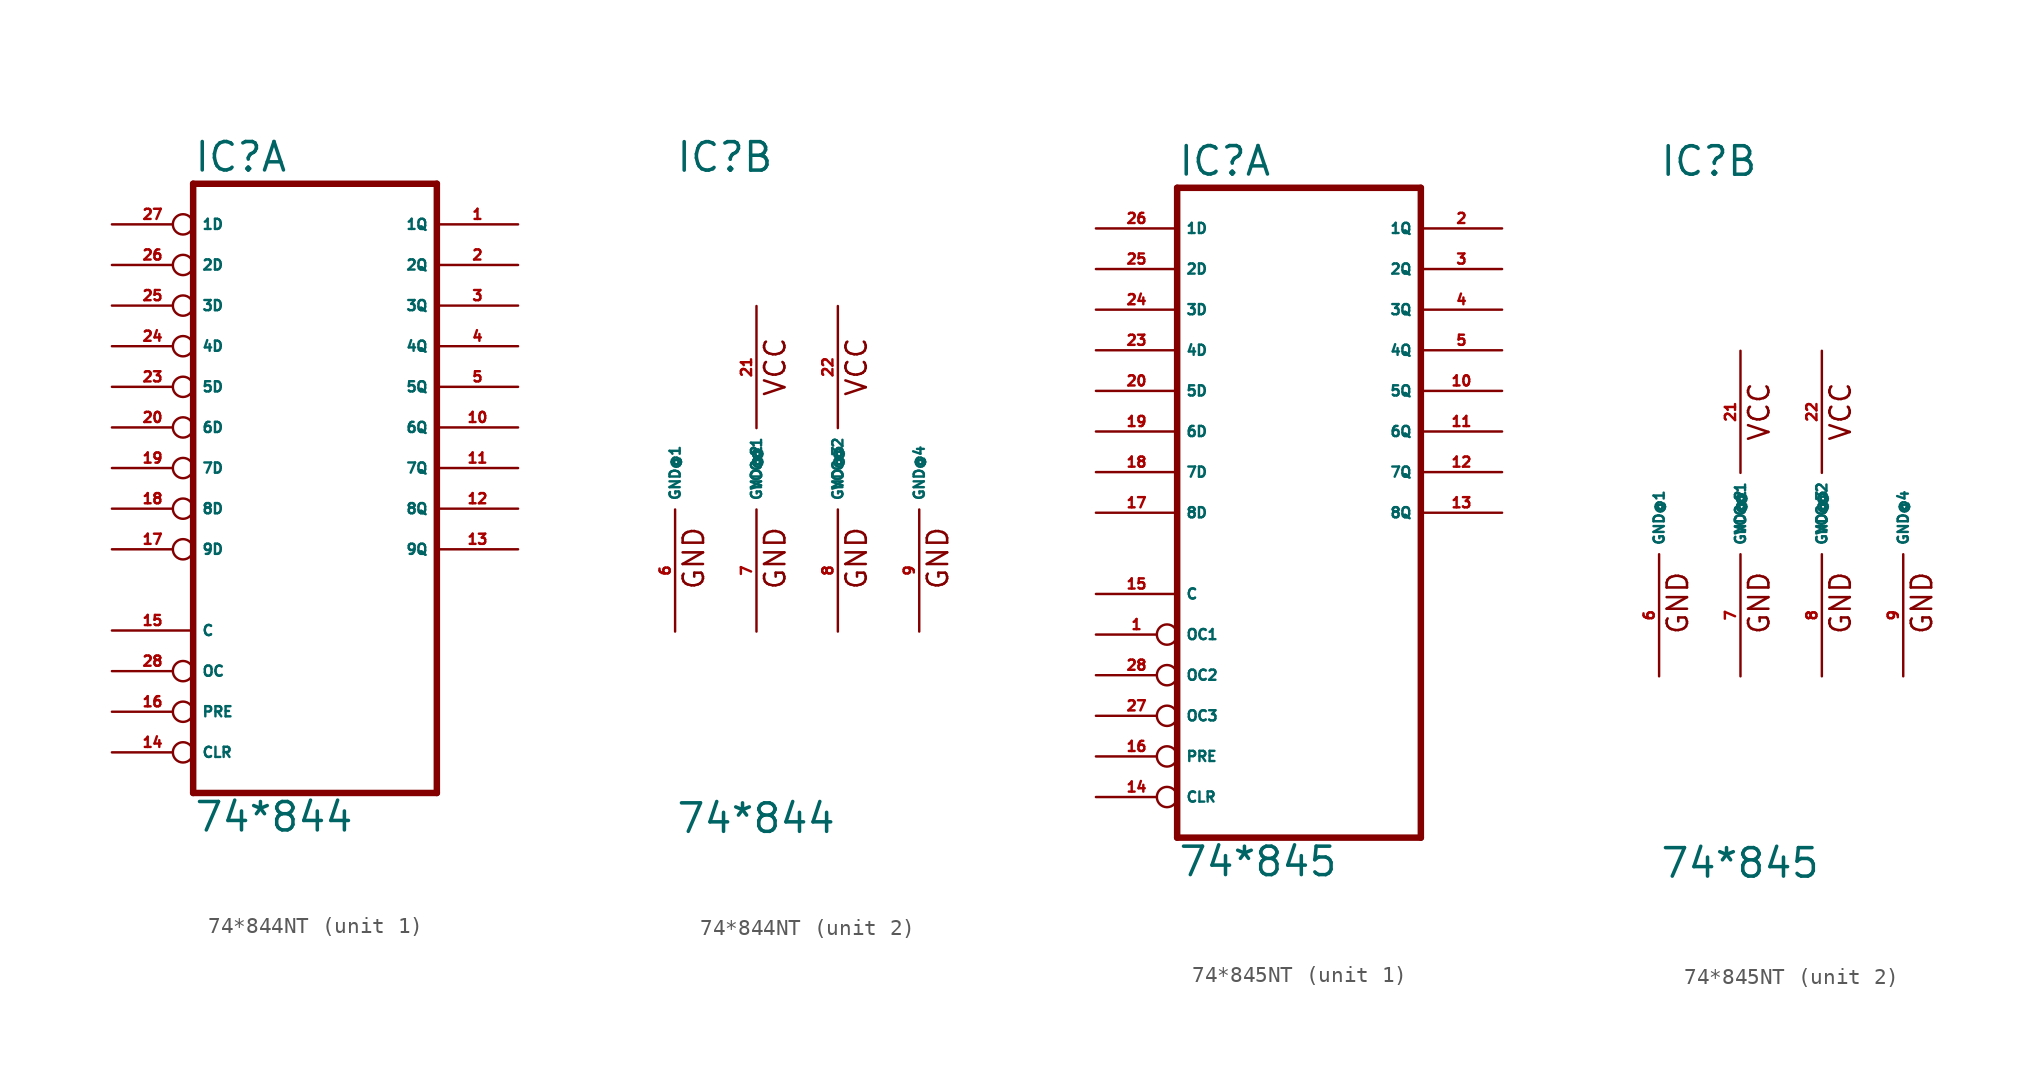
<source format=kicad_sym>
(kicad_symbol_lib
  (version 20220914)
  (generator Eagle2Kicad)
  (symbol "74*844NT"
    (property "Reference" "IC"
      (at -7.62 18.415 0)
      (effects (font (size 1.778 1.778) (thickness 0.22)) (justify left bottom)))
    (property "Value" "74*844"
      (at -7.62 -22.86 0)
      (effects (font (size 1.778 1.778) (thickness 0.22)) (justify left bottom)))
    (symbol "74*844NT_1_0"
      (polyline (pts (xy -7.62 -20.32) (xy 7.62 -20.32)) (stroke (width 0.406) (type default)) (fill (type none)))
      (polyline (pts (xy 7.62 -20.32) (xy 7.62 17.78)) (stroke (width 0.406) (type default)) (fill (type none)))
      (polyline (pts (xy 7.62 17.78) (xy -7.62 17.78)) (stroke (width 0.406) (type default)) (fill (type none)))
      (polyline (pts (xy -7.62 17.78) (xy -7.62 -20.32)) (stroke (width 0.406) (type default)) (fill (type none)))
      (pin input inverted (at -12.7 -12.7 0) (length 5.08) (name "OC" (effects (font (size 0.635 0.635) (thickness 0.08)) (justify left bottom))) (number "28" (effects (font (size 0.635 0.635) (thickness 0.08)) (justify left bottom))))
      (pin input inverted (at -12.7 15.24 0) (length 5.08) (name "1D" (effects (font (size 0.635 0.635) (thickness 0.08)) (justify left bottom))) (number "27" (effects (font (size 0.635 0.635) (thickness 0.08)) (justify left bottom))))
      (pin input inverted (at -12.7 12.7 0) (length 5.08) (name "2D" (effects (font (size 0.635 0.635) (thickness 0.08)) (justify left bottom))) (number "26" (effects (font (size 0.635 0.635) (thickness 0.08)) (justify left bottom))))
      (pin input inverted (at -12.7 10.16 0) (length 5.08) (name "3D" (effects (font (size 0.635 0.635) (thickness 0.08)) (justify left bottom))) (number "25" (effects (font (size 0.635 0.635) (thickness 0.08)) (justify left bottom))))
      (pin input inverted (at -12.7 7.62 0) (length 5.08) (name "4D" (effects (font (size 0.635 0.635) (thickness 0.08)) (justify left bottom))) (number "24" (effects (font (size 0.635 0.635) (thickness 0.08)) (justify left bottom))))
      (pin input inverted (at -12.7 5.08 0) (length 5.08) (name "5D" (effects (font (size 0.635 0.635) (thickness 0.08)) (justify left bottom))) (number "23" (effects (font (size 0.635 0.635) (thickness 0.08)) (justify left bottom))))
      (pin input inverted (at -12.7 2.54 0) (length 5.08) (name "6D" (effects (font (size 0.635 0.635) (thickness 0.08)) (justify left bottom))) (number "20" (effects (font (size 0.635 0.635) (thickness 0.08)) (justify left bottom))))
      (pin input inverted (at -12.7 0 0) (length 5.08) (name "7D" (effects (font (size 0.635 0.635) (thickness 0.08)) (justify left bottom))) (number "19" (effects (font (size 0.635 0.635) (thickness 0.08)) (justify left bottom))))
      (pin input inverted (at -12.7 -2.54 0) (length 5.08) (name "8D" (effects (font (size 0.635 0.635) (thickness 0.08)) (justify left bottom))) (number "18" (effects (font (size 0.635 0.635) (thickness 0.08)) (justify left bottom))))
      (pin input inverted (at -12.7 -5.08 0) (length 5.08) (name "9D" (effects (font (size 0.635 0.635) (thickness 0.08)) (justify left bottom))) (number "17" (effects (font (size 0.635 0.635) (thickness 0.08)) (justify left bottom))))
      (pin input inverted (at -12.7 -17.78 0) (length 5.08) (name "CLR" (effects (font (size 0.635 0.635) (thickness 0.08)) (justify left bottom))) (number "14" (effects (font (size 0.635 0.635) (thickness 0.08)) (justify left bottom))))
      (pin input line (at -12.7 -10.16 0) (length 5.08) (name "C" (effects (font (size 0.635 0.635) (thickness 0.08)) (justify left bottom))) (number "15" (effects (font (size 0.635 0.635) (thickness 0.08)) (justify left bottom))))
      (pin input inverted (at -12.7 -15.24 0) (length 5.08) (name "PRE" (effects (font (size 0.635 0.635) (thickness 0.08)) (justify left bottom))) (number "16" (effects (font (size 0.635 0.635) (thickness 0.08)) (justify left bottom))))
      (pin tri_state line (at 12.7 -5.08 180) (length 5.08) (name "9Q" (effects (font (size 0.635 0.635) (thickness 0.08)) (justify left bottom))) (number "13" (effects (font (size 0.635 0.635) (thickness 0.08)) (justify left bottom))))
      (pin tri_state line (at 12.7 -2.54 180) (length 5.08) (name "8Q" (effects (font (size 0.635 0.635) (thickness 0.08)) (justify left bottom))) (number "12" (effects (font (size 0.635 0.635) (thickness 0.08)) (justify left bottom))))
      (pin tri_state line (at 12.7 0 180) (length 5.08) (name "7Q" (effects (font (size 0.635 0.635) (thickness 0.08)) (justify left bottom))) (number "11" (effects (font (size 0.635 0.635) (thickness 0.08)) (justify left bottom))))
      (pin tri_state line (at 12.7 2.54 180) (length 5.08) (name "6Q" (effects (font (size 0.635 0.635) (thickness 0.08)) (justify left bottom))) (number "10" (effects (font (size 0.635 0.635) (thickness 0.08)) (justify left bottom))))
      (pin tri_state line (at 12.7 5.08 180) (length 5.08) (name "5Q" (effects (font (size 0.635 0.635) (thickness 0.08)) (justify left bottom))) (number "5" (effects (font (size 0.635 0.635) (thickness 0.08)) (justify left bottom))))
      (pin tri_state line (at 12.7 7.62 180) (length 5.08) (name "4Q" (effects (font (size 0.635 0.635) (thickness 0.08)) (justify left bottom))) (number "4" (effects (font (size 0.635 0.635) (thickness 0.08)) (justify left bottom))))
      (pin tri_state line (at 12.7 10.16 180) (length 5.08) (name "3Q" (effects (font (size 0.635 0.635) (thickness 0.08)) (justify left bottom))) (number "3" (effects (font (size 0.635 0.635) (thickness 0.08)) (justify left bottom))))
      (pin tri_state line (at 12.7 12.7 180) (length 5.08) (name "2Q" (effects (font (size 0.635 0.635) (thickness 0.08)) (justify left bottom))) (number "2" (effects (font (size 0.635 0.635) (thickness 0.08)) (justify left bottom))))
      (pin tri_state line (at 12.7 15.24 180) (length 5.08) (name "1Q" (effects (font (size 0.635 0.635) (thickness 0.08)) (justify left bottom))) (number "1" (effects (font (size 0.635 0.635) (thickness 0.08)) (justify left bottom)))))
    (symbol "74*844NT_2_0"
      (text "VCC" (at -0.635 4.445 900) (effects (font (size 1.27 1.27) (thickness 0.16)) (justify left bottom)))
      (text "VCC" (at 4.445 4.445 900) (effects (font (size 1.27 1.27) (thickness 0.16)) (justify left bottom)))
      (text "GND" (at -5.715 -7.62 900) (effects (font (size 1.27 1.27) (thickness 0.16)) (justify left bottom)))
      (text "GND" (at -0.635 -7.62 900) (effects (font (size 1.27 1.27) (thickness 0.16)) (justify left bottom)))
      (text "GND" (at 4.445 -7.62 900) (effects (font (size 1.27 1.27) (thickness 0.16)) (justify left bottom)))
      (text "GND" (at 9.525 -7.62 900) (effects (font (size 1.27 1.27) (thickness 0.16)) (justify left bottom)))
      (pin unspecified line (at -7.62 -10.16 90) (length 7.62) (name "GND@1" (effects (font (size 0.635 0.635) (thickness 0.08)) (justify left bottom))) (number "6" (effects (font (size 0.635 0.635) (thickness 0.08)) (justify left bottom))))
      (pin unspecified line (at -2.54 -10.16 90) (length 7.62) (name "GND@2" (effects (font (size 0.635 0.635) (thickness 0.08)) (justify left bottom))) (number "7" (effects (font (size 0.635 0.635) (thickness 0.08)) (justify left bottom))))
      (pin unspecified line (at 2.54 -10.16 90) (length 7.62) (name "GND@3" (effects (font (size 0.635 0.635) (thickness 0.08)) (justify left bottom))) (number "8" (effects (font (size 0.635 0.635) (thickness 0.08)) (justify left bottom))))
      (pin unspecified line (at 7.62 -10.16 90) (length 7.62) (name "GND@4" (effects (font (size 0.635 0.635) (thickness 0.08)) (justify left bottom))) (number "9" (effects (font (size 0.635 0.635) (thickness 0.08)) (justify left bottom))))
      (pin unspecified line (at -2.54 10.16 270) (length 7.62) (name "VCC@1" (effects (font (size 0.635 0.635) (thickness 0.08)) (justify left bottom))) (number "21" (effects (font (size 0.635 0.635) (thickness 0.08)) (justify left bottom))))
      (pin unspecified line (at 2.54 10.16 270) (length 7.62) (name "VCC@2" (effects (font (size 0.635 0.635) (thickness 0.08)) (justify left bottom))) (number "22" (effects (font (size 0.635 0.635) (thickness 0.08)) (justify left bottom))))))
  (symbol "74*845NT"
    (property "Reference" "IC"
      (at -7.62 20.955 0)
      (effects (font (size 1.778 1.778) (thickness 0.22)) (justify left bottom)))
    (property "Value" "74*845"
      (at -7.62 -22.86 0)
      (effects (font (size 1.778 1.778) (thickness 0.22)) (justify left bottom)))
    (symbol "74*845NT_1_0"
      (polyline (pts (xy -7.62 -20.32) (xy 7.62 -20.32)) (stroke (width 0.406) (type default)) (fill (type none)))
      (polyline (pts (xy 7.62 -20.32) (xy 7.62 20.32)) (stroke (width 0.406) (type default)) (fill (type none)))
      (polyline (pts (xy 7.62 20.32) (xy -7.62 20.32)) (stroke (width 0.406) (type default)) (fill (type none)))
      (polyline (pts (xy -7.62 20.32) (xy -7.62 -20.32)) (stroke (width 0.406) (type default)) (fill (type none)))
      (pin input inverted (at -12.7 -7.62 0) (length 5.08) (name "OC1" (effects (font (size 0.635 0.635) (thickness 0.08)) (justify left bottom))) (number "1" (effects (font (size 0.635 0.635) (thickness 0.08)) (justify left bottom))))
      (pin input inverted (at -12.7 -10.16 0) (length 5.08) (name "OC2" (effects (font (size 0.635 0.635) (thickness 0.08)) (justify left bottom))) (number "28" (effects (font (size 0.635 0.635) (thickness 0.08)) (justify left bottom))))
      (pin input line (at -12.7 17.78 0) (length 5.08) (name "1D" (effects (font (size 0.635 0.635) (thickness 0.08)) (justify left bottom))) (number "26" (effects (font (size 0.635 0.635) (thickness 0.08)) (justify left bottom))))
      (pin input line (at -12.7 15.24 0) (length 5.08) (name "2D" (effects (font (size 0.635 0.635) (thickness 0.08)) (justify left bottom))) (number "25" (effects (font (size 0.635 0.635) (thickness 0.08)) (justify left bottom))))
      (pin input line (at -12.7 12.7 0) (length 5.08) (name "3D" (effects (font (size 0.635 0.635) (thickness 0.08)) (justify left bottom))) (number "24" (effects (font (size 0.635 0.635) (thickness 0.08)) (justify left bottom))))
      (pin input line (at -12.7 10.16 0) (length 5.08) (name "4D" (effects (font (size 0.635 0.635) (thickness 0.08)) (justify left bottom))) (number "23" (effects (font (size 0.635 0.635) (thickness 0.08)) (justify left bottom))))
      (pin input line (at -12.7 7.62 0) (length 5.08) (name "5D" (effects (font (size 0.635 0.635) (thickness 0.08)) (justify left bottom))) (number "20" (effects (font (size 0.635 0.635) (thickness 0.08)) (justify left bottom))))
      (pin input line (at -12.7 5.08 0) (length 5.08) (name "6D" (effects (font (size 0.635 0.635) (thickness 0.08)) (justify left bottom))) (number "19" (effects (font (size 0.635 0.635) (thickness 0.08)) (justify left bottom))))
      (pin input line (at -12.7 2.54 0) (length 5.08) (name "7D" (effects (font (size 0.635 0.635) (thickness 0.08)) (justify left bottom))) (number "18" (effects (font (size 0.635 0.635) (thickness 0.08)) (justify left bottom))))
      (pin input line (at -12.7 0 0) (length 5.08) (name "8D" (effects (font (size 0.635 0.635) (thickness 0.08)) (justify left bottom))) (number "17" (effects (font (size 0.635 0.635) (thickness 0.08)) (justify left bottom))))
      (pin input inverted (at -12.7 -17.78 0) (length 5.08) (name "CLR" (effects (font (size 0.635 0.635) (thickness 0.08)) (justify left bottom))) (number "14" (effects (font (size 0.635 0.635) (thickness 0.08)) (justify left bottom))))
      (pin input line (at -12.7 -5.08 0) (length 5.08) (name "C" (effects (font (size 0.635 0.635) (thickness 0.08)) (justify left bottom))) (number "15" (effects (font (size 0.635 0.635) (thickness 0.08)) (justify left bottom))))
      (pin input inverted (at -12.7 -15.24 0) (length 5.08) (name "PRE" (effects (font (size 0.635 0.635) (thickness 0.08)) (justify left bottom))) (number "16" (effects (font (size 0.635 0.635) (thickness 0.08)) (justify left bottom))))
      (pin tri_state line (at 12.7 0 180) (length 5.08) (name "8Q" (effects (font (size 0.635 0.635) (thickness 0.08)) (justify left bottom))) (number "13" (effects (font (size 0.635 0.635) (thickness 0.08)) (justify left bottom))))
      (pin tri_state line (at 12.7 2.54 180) (length 5.08) (name "7Q" (effects (font (size 0.635 0.635) (thickness 0.08)) (justify left bottom))) (number "12" (effects (font (size 0.635 0.635) (thickness 0.08)) (justify left bottom))))
      (pin tri_state line (at 12.7 5.08 180) (length 5.08) (name "6Q" (effects (font (size 0.635 0.635) (thickness 0.08)) (justify left bottom))) (number "11" (effects (font (size 0.635 0.635) (thickness 0.08)) (justify left bottom))))
      (pin tri_state line (at 12.7 7.62 180) (length 5.08) (name "5Q" (effects (font (size 0.635 0.635) (thickness 0.08)) (justify left bottom))) (number "10" (effects (font (size 0.635 0.635) (thickness 0.08)) (justify left bottom))))
      (pin tri_state line (at 12.7 10.16 180) (length 5.08) (name "4Q" (effects (font (size 0.635 0.635) (thickness 0.08)) (justify left bottom))) (number "5" (effects (font (size 0.635 0.635) (thickness 0.08)) (justify left bottom))))
      (pin tri_state line (at 12.7 12.7 180) (length 5.08) (name "3Q" (effects (font (size 0.635 0.635) (thickness 0.08)) (justify left bottom))) (number "4" (effects (font (size 0.635 0.635) (thickness 0.08)) (justify left bottom))))
      (pin tri_state line (at 12.7 15.24 180) (length 5.08) (name "2Q" (effects (font (size 0.635 0.635) (thickness 0.08)) (justify left bottom))) (number "3" (effects (font (size 0.635 0.635) (thickness 0.08)) (justify left bottom))))
      (pin tri_state line (at 12.7 17.78 180) (length 5.08) (name "1Q" (effects (font (size 0.635 0.635) (thickness 0.08)) (justify left bottom))) (number "2" (effects (font (size 0.635 0.635) (thickness 0.08)) (justify left bottom))))
      (pin input inverted (at -12.7 -12.7 0) (length 5.08) (name "OC3" (effects (font (size 0.635 0.635) (thickness 0.08)) (justify left bottom))) (number "27" (effects (font (size 0.635 0.635) (thickness 0.08)) (justify left bottom)))))
    (symbol "74*845NT_2_0"
      (text "VCC" (at -0.635 4.445 900) (effects (font (size 1.27 1.27) (thickness 0.16)) (justify left bottom)))
      (text "VCC" (at 4.445 4.445 900) (effects (font (size 1.27 1.27) (thickness 0.16)) (justify left bottom)))
      (text "GND" (at -5.715 -7.62 900) (effects (font (size 1.27 1.27) (thickness 0.16)) (justify left bottom)))
      (text "GND" (at -0.635 -7.62 900) (effects (font (size 1.27 1.27) (thickness 0.16)) (justify left bottom)))
      (text "GND" (at 4.445 -7.62 900) (effects (font (size 1.27 1.27) (thickness 0.16)) (justify left bottom)))
      (text "GND" (at 9.525 -7.62 900) (effects (font (size 1.27 1.27) (thickness 0.16)) (justify left bottom)))
      (pin unspecified line (at -7.62 -10.16 90) (length 7.62) (name "GND@1" (effects (font (size 0.635 0.635) (thickness 0.08)) (justify left bottom))) (number "6" (effects (font (size 0.635 0.635) (thickness 0.08)) (justify left bottom))))
      (pin unspecified line (at -2.54 -10.16 90) (length 7.62) (name "GND@2" (effects (font (size 0.635 0.635) (thickness 0.08)) (justify left bottom))) (number "7" (effects (font (size 0.635 0.635) (thickness 0.08)) (justify left bottom))))
      (pin unspecified line (at 2.54 -10.16 90) (length 7.62) (name "GND@3" (effects (font (size 0.635 0.635) (thickness 0.08)) (justify left bottom))) (number "8" (effects (font (size 0.635 0.635) (thickness 0.08)) (justify left bottom))))
      (pin unspecified line (at 7.62 -10.16 90) (length 7.62) (name "GND@4" (effects (font (size 0.635 0.635) (thickness 0.08)) (justify left bottom))) (number "9" (effects (font (size 0.635 0.635) (thickness 0.08)) (justify left bottom))))
      (pin unspecified line (at -2.54 10.16 270) (length 7.62) (name "VCC@1" (effects (font (size 0.635 0.635) (thickness 0.08)) (justify left bottom))) (number "21" (effects (font (size 0.635 0.635) (thickness 0.08)) (justify left bottom))))
      (pin unspecified line (at 2.54 10.16 270) (length 7.62) (name "VCC@2" (effects (font (size 0.635 0.635) (thickness 0.08)) (justify left bottom))) (number "22" (effects (font (size 0.635 0.635) (thickness 0.08)) (justify left bottom)))))))
</source>
